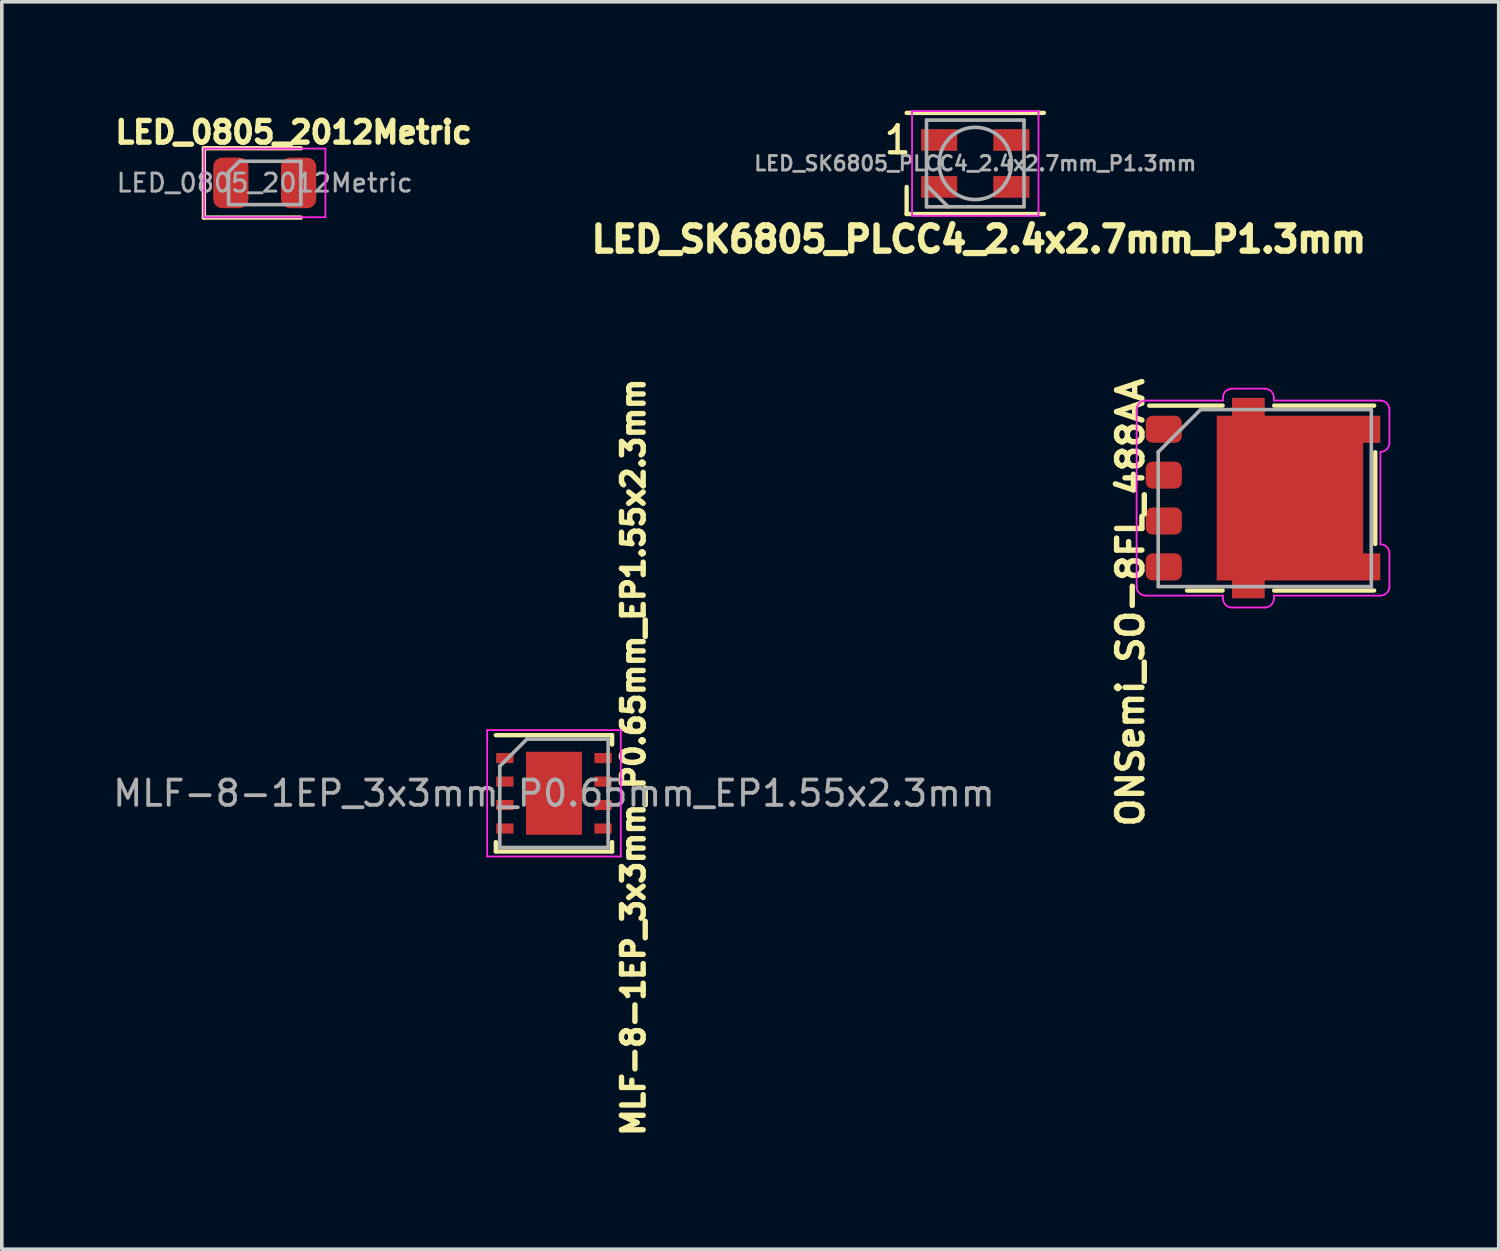
<source format=kicad_pcb>
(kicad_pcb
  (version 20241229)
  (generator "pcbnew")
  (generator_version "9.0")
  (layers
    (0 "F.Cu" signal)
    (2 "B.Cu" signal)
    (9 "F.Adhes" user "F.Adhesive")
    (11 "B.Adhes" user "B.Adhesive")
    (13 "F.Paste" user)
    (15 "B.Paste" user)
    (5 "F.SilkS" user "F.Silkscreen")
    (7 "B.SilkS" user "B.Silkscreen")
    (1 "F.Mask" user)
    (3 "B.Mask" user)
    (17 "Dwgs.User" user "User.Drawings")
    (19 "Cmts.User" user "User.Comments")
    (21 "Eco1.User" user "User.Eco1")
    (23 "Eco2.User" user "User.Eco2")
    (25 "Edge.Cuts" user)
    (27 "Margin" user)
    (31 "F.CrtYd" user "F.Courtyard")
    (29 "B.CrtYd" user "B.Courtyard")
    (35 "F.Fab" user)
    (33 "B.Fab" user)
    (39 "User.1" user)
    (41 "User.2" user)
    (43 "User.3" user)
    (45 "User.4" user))
  (footprint "MLF-8-1EP_3x3mm_P0.65mm_EP1.55x2.3mm"
    (layer "F.Cu")
    (at 12.287 18.914)
    (property "Reference" "MLF-8-1EP_3x3mm_P0.65mm_EP1.55x2.3mm" (at 2.2 -1 90) (layer "F.SilkS") (effects (font (size 0.6 0.6) (thickness 0.15))))
    (attr smd)
    (fp_line (start -1.61 -1.61) (end 1.61 -1.61) (stroke (width 0.12) (type solid)) (layer "F.SilkS"))
    (fp_line (start -1.61 1.61) (end -1.61 1.35) (stroke (width 0.12) (type solid)) (layer "F.SilkS"))
    (fp_line (start -1.61 1.61) (end 1.61 1.61) (stroke (width 0.12) (type solid)) (layer "F.SilkS"))
    (fp_line (start 1.61 -1.61) (end 1.61 -1.35) (stroke (width 0.12) (type solid)) (layer "F.SilkS"))
    (fp_line (start 1.61 1.61) (end 1.61 1.35) (stroke (width 0.12) (type solid)) (layer "F.SilkS"))
    (fp_line (start -1.85 -1.75) (end -1.85 1.75) (stroke (width 0.05) (type solid)) (layer "F.CrtYd"))
    (fp_line (start -1.85 -1.75) (end 1.85 -1.75) (stroke (width 0.05) (type solid)) (layer "F.CrtYd"))
    (fp_line (start -1.85 1.75) (end 1.85 1.75) (stroke (width 0.05) (type solid)) (layer "F.CrtYd"))
    (fp_line (start 1.85 -1.75) (end 1.85 1.75) (stroke (width 0.05) (type solid)) (layer "F.CrtYd"))
    (fp_line (start -1.5 -0.75) (end -0.75 -1.5) (stroke (width 0.1) (type solid)) (layer "F.Fab"))
    (fp_line (start -1.5 1.5) (end -1.5 -0.75) (stroke (width 0.1) (type solid)) (layer "F.Fab"))
    (fp_line (start -0.75 -1.5) (end 1.5 -1.5) (stroke (width 0.1) (type solid)) (layer "F.Fab"))
    (fp_line (start 1.5 -1.5) (end 1.5 1.5) (stroke (width 0.1) (type solid)) (layer "F.Fab"))
    (fp_line (start 1.5 1.5) (end -1.5 1.5) (stroke (width 0.1) (type solid)) (layer "F.Fab"))
    (fp_text user "${REFERENCE}" (at 0 0 0) (layer "F.Fab") (effects (font (size 0.7 0.7) (thickness 0.105))))
    (pad "" smd rect (at 0 -0.9 180) (size 1.5 0.4) (layers "F.Paste"))
    (pad "" smd rect (at 0 0 180) (size 1.5 0.65) (layers "F.Paste"))
    (pad "" smd rect (at 0 0.9 180) (size 1.5 0.4) (layers "F.Paste"))
    (pad "GND" smd rect (at -1.36 0.325 180) (size 0.48 0.28) (layers "F.Cu" "F.Mask" "F.Paste"))
    (pad "GND" smd rect (at 0 0 180) (size 1.55 2.3) (layers "F.Cu" "F.Mask"))
    (pad "INA" smd rect (at -1.36 -0.325 180) (size 0.48 0.28) (layers "F.Cu" "F.Mask" "F.Paste"))
    (pad "INB" smd rect (at -1.36 0.975 180) (size 0.48 0.28) (layers "F.Cu" "F.Mask" "F.Paste"))
    (pad "NC" smd rect (at -1.36 -0.975 180) (size 0.48 0.28) (layers "F.Cu" "F.Mask" "F.Paste"))
    (pad "NC" smd rect (at 1.36 -0.975 180) (size 0.48 0.28) (layers "F.Cu" "F.Mask" "F.Paste"))
    (pad "OUTA" smd rect (at 1.36 -0.325 180) (size 0.48 0.28) (layers "F.Cu" "F.Mask" "F.Paste"))
    (pad "OUTB" smd rect (at 1.36 0.975 180) (size 0.48 0.28) (layers "F.Cu" "F.Mask" "F.Paste"))
    (pad "Vs" smd rect (at 1.36 0.325 180) (size 0.48 0.28) (layers "F.Cu" "F.Mask" "F.Paste")))
  (footprint "LED_0805_2012Metric"
    (layer "F.Cu")
    (at 4.279 2.014)
    (property "Reference" "LED_0805_2012Metric" (at 0.8 -1.4 0) (layer "F.SilkS") (effects (font (size 0.6 0.6) (thickness 0.15))))
    (attr smd)
    (fp_line (start -1.685 -0.96) (end -1.685 0.96) (stroke (width 0.12) (type solid)) (layer "F.SilkS"))
    (fp_line (start -1.685 0.96) (end 1 0.96) (stroke (width 0.12) (type solid)) (layer "F.SilkS"))
    (fp_line (start 1 -0.96) (end -1.685 -0.96) (stroke (width 0.12) (type solid)) (layer "F.SilkS"))
    (fp_line (start -1.68 -0.95) (end 1.68 -0.95) (stroke (width 0.05) (type solid)) (layer "F.CrtYd"))
    (fp_line (start -1.68 0.95) (end -1.68 -0.95) (stroke (width 0.05) (type solid)) (layer "F.CrtYd"))
    (fp_line (start 1.68 -0.95) (end 1.68 0.95) (stroke (width 0.05) (type solid)) (layer "F.CrtYd"))
    (fp_line (start 1.68 0.95) (end -1.68 0.95) (stroke (width 0.05) (type solid)) (layer "F.CrtYd"))
    (fp_line (start -1 -0.3) (end -1 0.6) (stroke (width 0.1) (type solid)) (layer "F.Fab"))
    (fp_line (start -1 0.6) (end 1 0.6) (stroke (width 0.1) (type solid)) (layer "F.Fab"))
    (fp_line (start -0.7 -0.6) (end -1 -0.3) (stroke (width 0.1) (type solid)) (layer "F.Fab"))
    (fp_line (start 1 -0.6) (end -0.7 -0.6) (stroke (width 0.1) (type solid)) (layer "F.Fab"))
    (fp_line (start 1 0.6) (end 1 -0.6) (stroke (width 0.1) (type solid)) (layer "F.Fab"))
    (fp_text user "${REFERENCE}" (at 0 0 0) (layer "F.Fab") (effects (font (size 0.5 0.5) (thickness 0.08))))
    (pad "1" smd roundrect (at -0.938 0) (size 0.975 1.4) (layers "F.Cu" "F.Mask" "F.Paste") (roundrect_rratio 0.25))
    (pad "2" smd roundrect (at 0.938 0) (size 0.975 1.4) (layers "F.Cu" "F.Mask" "F.Paste") (roundrect_rratio 0.25)))
  (footprint "ONSemi_SO-8FL_488AA"
    (layer "F.Cu")
    (at 31.918 10.74)
    (property "Reference" "ONSemi_SO-8FL_488AA" (at -3.67 2.89 90) (layer "F.SilkS") (effects (font (size 0.7 0.7) (thickness 0.15))))
    (attr smd)
    (fp_line (start -1.118 -2.56) (end -3.152 -2.56) (stroke (width 0.12) (type solid)) (layer "F.SilkS"))
    (fp_line (start -1.118 2.56) (end -2.103 2.56) (stroke (width 0.12) (type solid)) (layer "F.SilkS"))
    (fp_line (start 3.078 -2.56) (end 0.308 -2.56) (stroke (width 0.12) (type solid)) (layer "F.SilkS"))
    (fp_line (start 3.078 2.56) (end 0.308 2.56) (stroke (width 0.12) (type solid)) (layer "F.SilkS"))
    (fp_line (start 3.108 -1.27) (end 3.108 1.27) (stroke (width 0.12) (type solid)) (layer "F.SilkS"))
    (fp_line (start -3.5 2.45) (end -3.5 -2.45) (stroke (width 0.05) (type solid)) (layer "F.CrtYd"))
    (fp_line (start -3.25 -2.7) (end -1.11 -2.7) (stroke (width 0.05) (type solid)) (layer "F.CrtYd"))
    (fp_line (start -3.25 2.7) (end -1.11 2.7) (stroke (width 0.05) (type solid)) (layer "F.CrtYd"))
    (fp_line (start -1.11 -2.78) (end -1.11 -2.7) (stroke (width 0.05) (type solid)) (layer "F.CrtYd"))
    (fp_line (start -1.11 2.7) (end -1.11 2.78) (stroke (width 0.05) (type solid)) (layer "F.CrtYd"))
    (fp_line (start -0.86 -3.03) (end 0.05 -3.03) (stroke (width 0.05) (type solid)) (layer "F.CrtYd"))
    (fp_line (start -0.86 3.03) (end 0.05 3.03) (stroke (width 0.05) (type solid)) (layer "F.CrtYd"))
    (fp_line (start 0.3 -2.7) (end 0.3 -2.78) (stroke (width 0.05) (type solid)) (layer "F.CrtYd"))
    (fp_line (start 0.3 -2.7) (end 3.25 -2.7) (stroke (width 0.05) (type solid)) (layer "F.CrtYd"))
    (fp_line (start 0.3 2.7) (end 3.25 2.7) (stroke (width 0.05) (type solid)) (layer "F.CrtYd"))
    (fp_line (start 0.3 2.78) (end 0.3 2.7) (stroke (width 0.05) (type solid)) (layer "F.CrtYd"))
    (fp_line (start 3.25 1.28) (end 3.25 -1.28) (stroke (width 0.05) (type solid)) (layer "F.CrtYd"))
    (fp_line (start 3.5 -1.53) (end 3.5 -2.45) (stroke (width 0.05) (type solid)) (layer "F.CrtYd"))
    (fp_line (start 3.5 2.45) (end 3.5 1.53) (stroke (width 0.05) (type solid)) (layer "F.CrtYd"))
    (fp_arc (start -3.5 -2.45) (mid -3.426777 -2.626777) (end -3.25 -2.7) (stroke (width 0.05) (type solid)) (layer "F.CrtYd"))
    (fp_arc (start -3.25 2.7) (mid -3.426777 2.626777) (end -3.5 2.45) (stroke (width 0.05) (type solid)) (layer "F.CrtYd"))
    (fp_arc (start -1.11 -2.78) (mid -1.036777 -2.956777) (end -0.86 -3.03) (stroke (width 0.05) (type solid)) (layer "F.CrtYd"))
    (fp_arc (start -0.86 3.03) (mid -1.036777 2.956777) (end -1.11 2.78) (stroke (width 0.05) (type solid)) (layer "F.CrtYd"))
    (fp_arc (start 0.05 -3.03) (mid 0.226777 -2.956777) (end 0.3 -2.78) (stroke (width 0.05) (type solid)) (layer "F.CrtYd"))
    (fp_arc (start 0.3 2.78) (mid 0.226777 2.956777) (end 0.05 3.03) (stroke (width 0.05) (type solid)) (layer "F.CrtYd"))
    (fp_arc (start 3.25 -2.7) (mid 3.426777 -2.626777) (end 3.5 -2.45) (stroke (width 0.05) (type solid)) (layer "F.CrtYd"))
    (fp_arc (start 3.25 1.28) (mid 3.426777 1.353223) (end 3.5 1.53) (stroke (width 0.05) (type solid)) (layer "F.CrtYd"))
    (fp_arc (start 3.5 -1.53) (mid 3.426777 -1.353223) (end 3.25 -1.28) (stroke (width 0.05) (type solid)) (layer "F.CrtYd"))
    (fp_arc (start 3.5 2.45) (mid 3.426777 2.626777) (end 3.25 2.7) (stroke (width 0.05) (type solid)) (layer "F.CrtYd"))
    (fp_line (start -2.902 -1.275) (end -2.902 2.45) (stroke (width 0.1) (type solid)) (layer "F.Fab"))
    (fp_line (start -1.727 -2.45) (end -2.902 -1.275) (stroke (width 0.1) (type solid)) (layer "F.Fab"))
    (fp_line (start 2.998 -2.45) (end -1.727 -2.45) (stroke (width 0.1) (type solid)) (layer "F.Fab"))
    (fp_line (start 2.998 -2.45) (end 2.998 2.45) (stroke (width 0.1) (type solid)) (layer "F.Fab"))
    (fp_line (start 2.998 2.45) (end -2.902 2.45) (stroke (width 0.1) (type solid)) (layer "F.Fab"))
    (pad "D" smd custom (at 0.745 0) (size 4.055 4.56) (layers "F.Cu" "F.Mask" "F.Paste") (options (anchor rect)) (primitives (gr_poly (pts (xy -0.698 -2.28) (xy 2.502 -2.28) (xy 2.502 -1.53) (xy 1.905 -1.53) (xy 1.905 1.53) (xy 2.502 1.53) (xy 2.502 2.28) (xy -0.698 2.28) (xy -0.698 2.775) (xy -1.603 2.775) (xy -1.603 -2.775) (xy -0.698 -2.775)) (width 0) (fill yes))))
    (pad "G" smd roundrect (at -2.747 1.905) (size 1 0.75) (layers "F.Cu" "F.Mask" "F.Paste") (roundrect_rratio 0.25))
    (pad "S" smd roundrect (at -2.747 -1.905) (size 1 0.75) (layers "F.Cu" "F.Mask" "F.Paste") (roundrect_rratio 0.25))
    (pad "S" smd roundrect (at -2.747 -0.635) (size 1 0.75) (layers "F.Cu" "F.Mask" "F.Paste") (roundrect_rratio 0.25))
    (pad "S" smd roundrect (at -2.747 0.635) (size 1 0.75) (layers "F.Cu" "F.Mask" "F.Paste") (roundrect_rratio 0.25)))
  (footprint "LED_SK6805_PLCC4_2.4x2.7mm_P1.3mm"
    (layer "F.Cu")
    (at 23.951 1.475)
    (property "Reference" "LED_SK6805_PLCC4_2.4x2.7mm_P1.3mm" (at 0.1 2.1 0) (layer "F.SilkS") (effects (font (size 0.7 0.7) (thickness 0.175))))
    (attr smd)
    (fp_line (start -1.9 -1.4) (end 1.9 -1.4) (stroke (width 0.12) (type solid)) (layer "F.SilkS"))
    (fp_line (start -1.9 1.4) (end -1.9 0.65) (stroke (width 0.12) (type solid)) (layer "F.SilkS"))
    (fp_line (start -1.9 1.4) (end 1.9 1.4) (stroke (width 0.12) (type solid)) (layer "F.SilkS"))
    (fp_line (start -1.75 -1.45) (end -1.75 1.45) (stroke (width 0.05) (type solid)) (layer "F.CrtYd"))
    (fp_line (start -1.75 1.45) (end 1.75 1.45) (stroke (width 0.05) (type solid)) (layer "F.CrtYd"))
    (fp_line (start 1.75 -1.45) (end -1.75 -1.45) (stroke (width 0.05) (type solid)) (layer "F.CrtYd"))
    (fp_line (start 1.75 1.45) (end 1.75 -1.45) (stroke (width 0.05) (type solid)) (layer "F.CrtYd"))
    (fp_line (start -1.35 -1.2) (end -1.35 1.2) (stroke (width 0.1) (type solid)) (layer "F.Fab"))
    (fp_line (start -1.35 0.6) (end -0.75 1.2) (stroke (width 0.1) (type solid)) (layer "F.Fab"))
    (fp_line (start -1.35 1.2) (end 1.35 1.2) (stroke (width 0.1) (type solid)) (layer "F.Fab"))
    (fp_line (start 1.35 -1.2) (end -1.35 -1.2) (stroke (width 0.1) (type solid)) (layer "F.Fab"))
    (fp_line (start 1.35 1.2) (end 1.35 -1.2) (stroke (width 0.1) (type solid)) (layer "F.Fab"))
    (fp_circle (center 0 0) (end 0 -1) (stroke (width 0.1) (type solid)) (fill no) (layer "F.Fab"))
    (fp_text user "1" (at -2.15 -0.65 0) (layer "F.SilkS") (effects (font (size 0.75 0.75) (thickness 0.12))))
    (fp_text user "${REFERENCE}" (at 0 0 0) (layer "F.Fab") (effects (font (size 0.4 0.4) (thickness 0.08))))
    (pad "GND" smd rect (at -1 0.65 180) (size 1 0.6) (layers "F.Cu" "F.Mask" "F.Paste"))
    (pad "IN" smd rect (at 1 0.65 180) (size 1 0.6) (layers "F.Cu" "F.Mask" "F.Paste"))
    (pad "OUT" smd rect (at -1 -0.65 180) (size 1 0.6) (layers "F.Cu" "F.Mask" "F.Paste"))
    (pad "V" smd rect (at 1 -0.65 180) (size 1 0.6) (layers "F.Cu" "F.Mask" "F.Paste")))
  (gr_rect
    (start -3 -3)
    (end 38.443 31.536)
    (stroke (width 0.1) (type default))
    (fill no)
    (layer "Edge.Cuts")))
</source>
